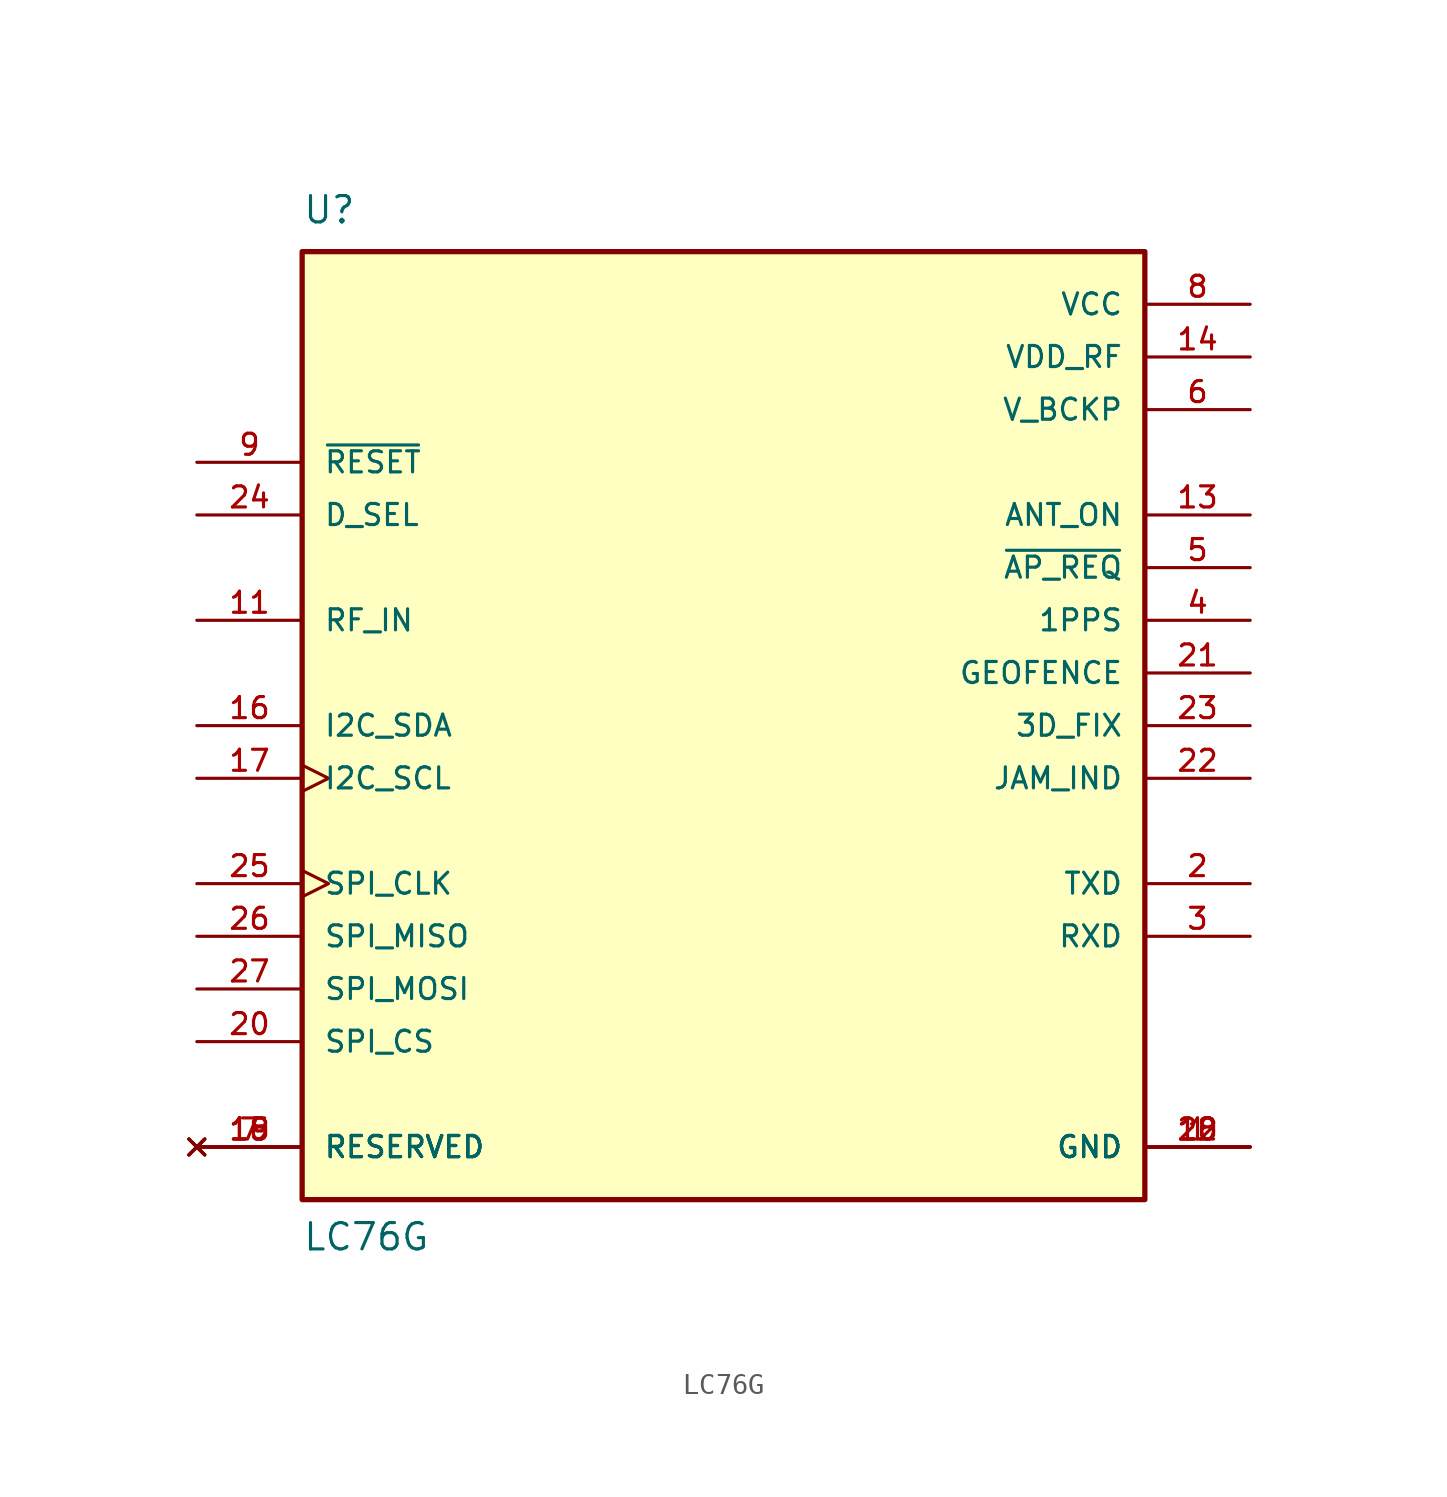
<source format=kicad_sym>
(kicad_symbol_lib
  (version 20211014)
  (generator kicad_symbol_editor)
  (symbol "LC76G"
    (pin_names
      (offset 1.016))
    (property "Reference" "U"
      (at -20.32 24.13 0)
      (effects (font (size 1.27 1.27)) (justify bottom left)))
    (property "Value" "LC76G"
      (at -20.32 -25.4 0)
      (effects (font (size 1.27 1.27)) (justify bottom left)))
    (symbol "LC76G_0_0"
      (rectangle (start -20.32 -22.86) (end 20.32 22.86) (stroke (width 0.254)) (fill (type background)))
      (pin power_in line (at 25.4 20.32 180.0) (length 5.08) (name "VCC" (effects (font (size 1.016 1.016)))) (number "8" (effects (font (size 1.016 1.016)))))
      (pin power_in line (at 25.4 17.78 180.0) (length 5.08) (name "VDD_RF" (effects (font (size 1.016 1.016)))) (number "14" (effects (font (size 1.016 1.016)))))
      (pin input line (at 25.4 -10.16 180.0) (length 5.08) (name "RXD" (effects (font (size 1.016 1.016)))) (number "3" (effects (font (size 1.016 1.016)))))
      (pin output line (at 25.4 -7.62 180.0) (length 5.08) (name "TXD" (effects (font (size 1.016 1.016)))) (number "2" (effects (font (size 1.016 1.016)))))
      (pin input line (at -25.4 5.08 0) (length 5.08) (name "RF_IN" (effects (font (size 1.016 1.016)))) (number "11" (effects (font (size 1.016 1.016)))))
      (pin power_in line (at 25.4 15.24 180.0) (length 5.08) (name "V_BCKP" (effects (font (size 1.016 1.016)))) (number "6" (effects (font (size 1.016 1.016)))))
      (pin output line (at 25.4 5.08 180.0) (length 5.08) (name "1PPS" (effects (font (size 1.016 1.016)))) (number "4" (effects (font (size 1.016 1.016)))))
      (pin power_in line (at 25.4 -20.32 180.0) (length 5.08) (name "GND" (effects (font (size 1.016 1.016)))) (number "1" (effects (font (size 1.016 1.016)))))
      (pin power_in line (at 25.4 -20.32 180.0) (length 5.08) (name "GND" (effects (font (size 1.016 1.016)))) (number "10" (effects (font (size 1.016 1.016)))))
      (pin power_in line (at 25.4 -20.32 180.0) (length 5.08) (name "GND" (effects (font (size 1.016 1.016)))) (number "12" (effects (font (size 1.016 1.016)))))
      (pin power_in line (at 25.4 -20.32 180.0) (length 5.08) (name "GND" (effects (font (size 1.016 1.016)))) (number "28" (effects (font (size 1.016 1.016)))))
      (pin output line (at 25.4 10.16 180.0) (length 5.08) (name "ANT_ON" (effects (font (size 1.016 1.016)))) (number "13" (effects (font (size 1.016 1.016)))))
      (pin bidirectional line (at -25.4 0.0 0) (length 5.08) (name "I2C_SDA" (effects (font (size 1.016 1.016)))) (number "16" (effects (font (size 1.016 1.016)))))
      (pin input clock (at -25.4 -2.54 0) (length 5.08) (name "I2C_SCL" (effects (font (size 1.016 1.016)))) (number "17" (effects (font (size 1.016 1.016)))))
      (pin input line (at -25.4 12.7 0) (length 5.08) (name "~{RESET}" (effects (font (size 1.016 1.016)))) (number "9" (effects (font (size 1.016 1.016)))))
      (pin output line (at 25.4 0.0 180.0) (length 5.08) (name "3D_FIX" (effects (font (size 1.016 1.016)))) (number "23" (effects (font (size 1.016 1.016)))))
      (pin output line (at 25.4 2.54 180.0) (length 5.08) (name "GEOFENCE" (effects (font (size 1.016 1.016)))) (number "21" (effects (font (size 1.016 1.016)))))
      (pin output line (at 25.4 -2.54 180.0) (length 5.08) (name "JAM_IND" (effects (font (size 1.016 1.016)))) (number "22" (effects (font (size 1.016 1.016)))))
      (pin no_connect line (at -25.4 -20.32 0) (length 5.08) (name "RESERVED" (effects (font (size 1.016 1.016)))) (number "7" (effects (font (size 1.016 1.016)))))
      (pin no_connect line (at -25.4 -20.32 0) (length 5.08) (name "RESERVED" (effects (font (size 1.016 1.016)))) (number "15" (effects (font (size 1.016 1.016)))))
      (pin no_connect line (at -25.4 -20.32 0) (length 5.08) (name "RESERVED" (effects (font (size 1.016 1.016)))) (number "18" (effects (font (size 1.016 1.016)))))
      (pin no_connect line (at -25.4 -20.32 0) (length 5.08) (name "RESERVED" (effects (font (size 1.016 1.016)))) (number "19" (effects (font (size 1.016 1.016)))))
      (pin output line (at 25.4 7.62 180.0) (length 5.08) (name "~{AP_REQ}" (effects (font (size 1.016 1.016)))) (number "5" (effects (font (size 1.016 1.016)))))
      (pin input line (at -25.4 10.16 0) (length 5.08) (name "D_SEL" (effects (font (size 1.016 1.016)))) (number "24" (effects (font (size 1.016 1.016)))))
      (pin bidirectional clock (at -25.4 -7.62 0) (length 5.08) (name "SPI_CLK" (effects (font (size 1.016 1.016)))) (number "25" (effects (font (size 1.016 1.016)))))
      (pin bidirectional line (at -25.4 -10.16 0) (length 5.08) (name "SPI_MISO" (effects (font (size 1.016 1.016)))) (number "26" (effects (font (size 1.016 1.016)))))
      (pin bidirectional line (at -25.4 -12.7 0) (length 5.08) (name "SPI_MOSI" (effects (font (size 1.016 1.016)))) (number "27" (effects (font (size 1.016 1.016)))))
      (pin bidirectional line (at -25.4 -15.24 0) (length 5.08) (name "SPI_CS" (effects (font (size 1.016 1.016)))) (number "20" (effects (font (size 1.016 1.016))))))))
</source>
